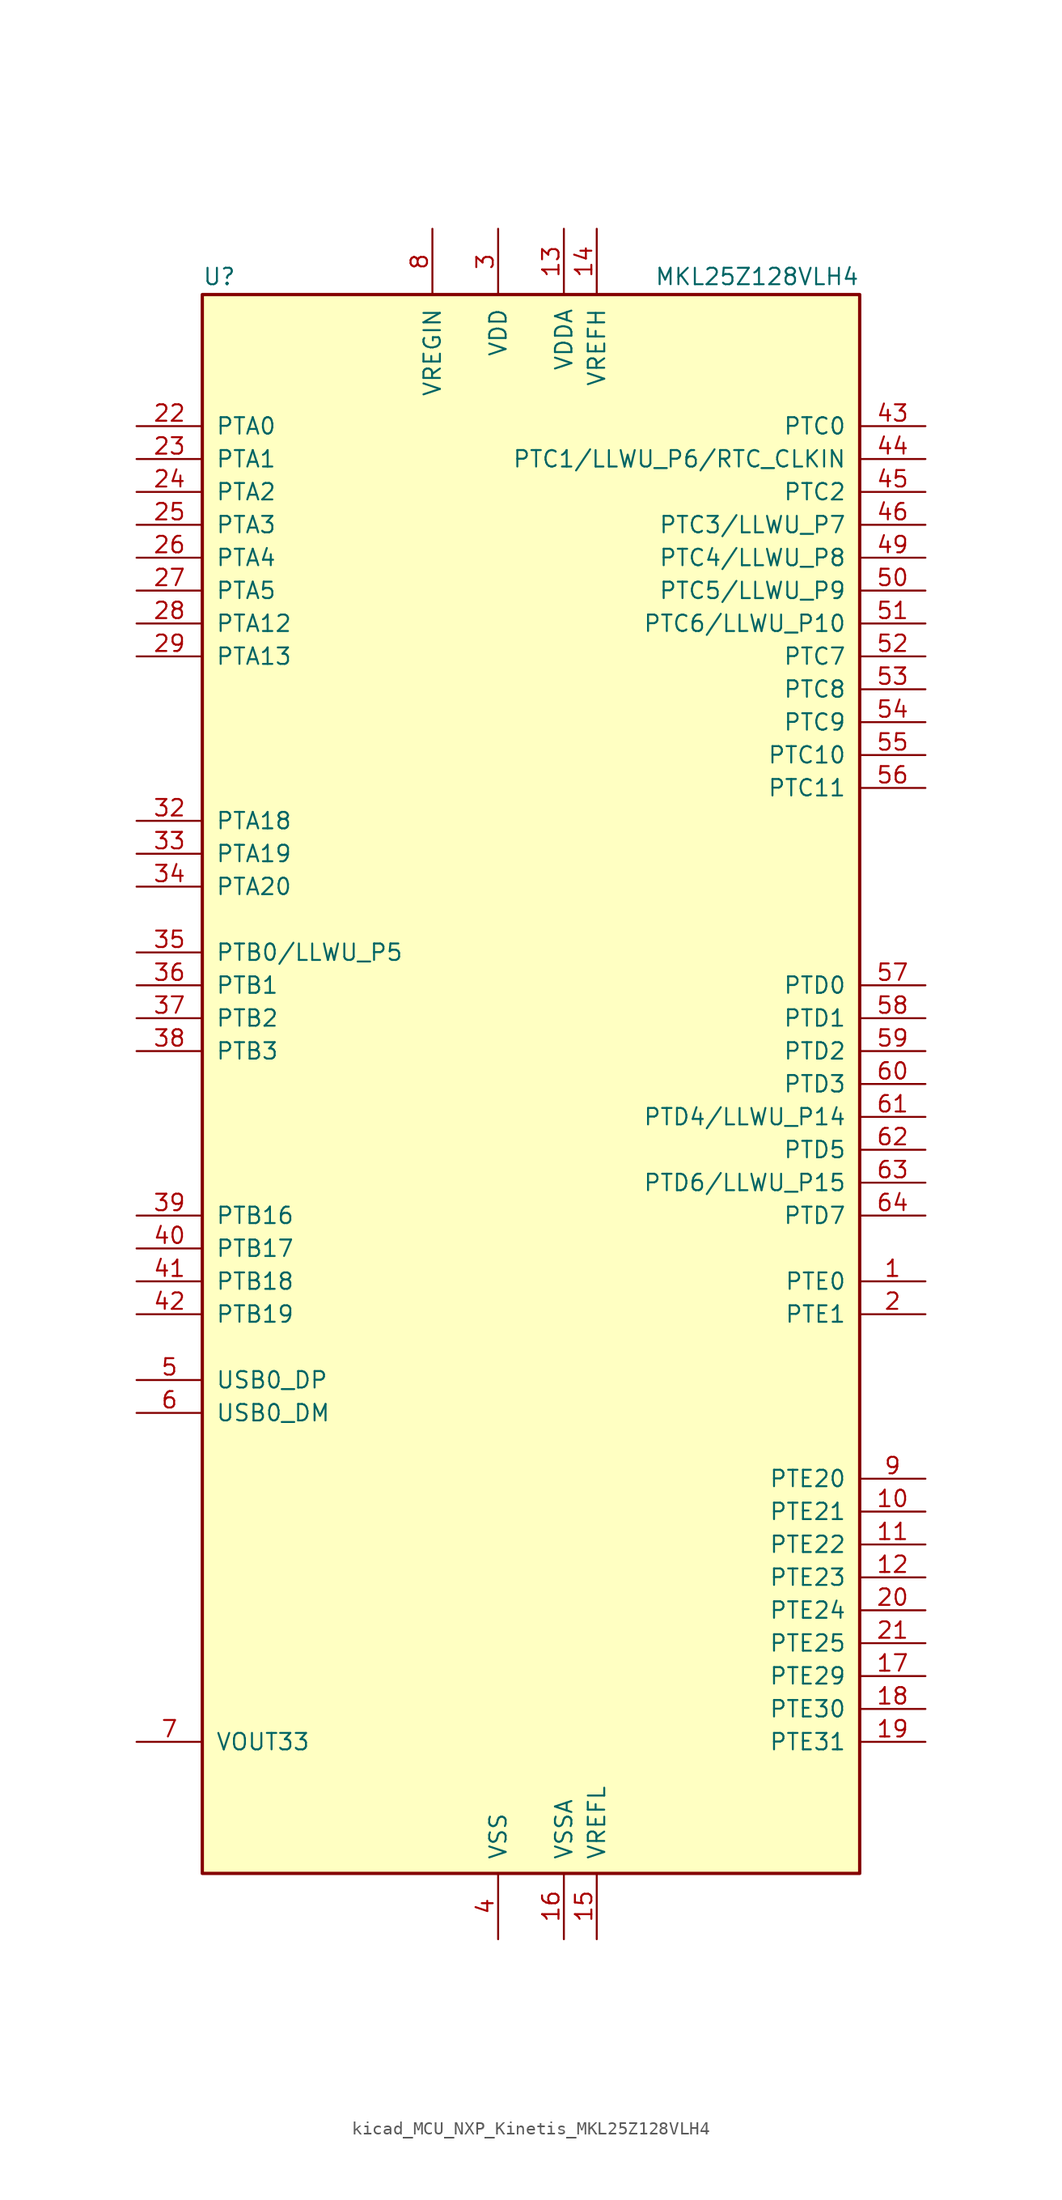
<source format=kicad_sym>
(kicad_symbol_lib
  (version 20220914)
  (generator kicad_symbol_editor)
  (symbol "kicad_MCU_NXP_Kinetis_MKL25Z128VLH4"
    (pin_names
      (offset 1.016))
    (property "Reference" "U"
      (at -25.4 61.595 0)
      (effects (font (size 1.27 1.27)) (justify left bottom)))
    (property "Value" "MKL25Z128VLH4"
      (at 25.4 61.595 0)
      (effects (font (size 1.27 1.27)) (justify right bottom)))
    (symbol "kicad_MCU_NXP_Kinetis_MKL25Z128VLH4_0_1"
      (rectangle (start -25.4 60.96) (end 25.4 -60.96) (stroke (width 0.254) (type default)) (fill (type background))))
    (symbol "kicad_MCU_NXP_Kinetis_MKL25Z128VLH4_1_1"
      (pin bidirectional line (at 30.48 -15.24 180) (length 5.08) (name "PTE0" (effects (font (size 1.27 1.27)))) (number "1" (effects (font (size 1.27 1.27)))))
      (pin bidirectional line (at 30.48 -33.02 180) (length 5.08) (name "PTE21" (effects (font (size 1.27 1.27)))) (number "10" (effects (font (size 1.27 1.27)))))
      (pin bidirectional line (at 30.48 -35.56 180) (length 5.08) (name "PTE22" (effects (font (size 1.27 1.27)))) (number "11" (effects (font (size 1.27 1.27)))))
      (pin bidirectional line (at 30.48 -38.1 180) (length 5.08) (name "PTE23" (effects (font (size 1.27 1.27)))) (number "12" (effects (font (size 1.27 1.27)))))
      (pin power_in line (at 2.54 66.04 270) (length 5.08) (name "VDDA" (effects (font (size 1.27 1.27)))) (number "13" (effects (font (size 1.27 1.27)))))
      (pin power_in line (at 5.08 66.04 270) (length 5.08) (name "VREFH" (effects (font (size 1.27 1.27)))) (number "14" (effects (font (size 1.27 1.27)))))
      (pin power_in line (at 5.08 -66.04 90) (length 5.08) (name "VREFL" (effects (font (size 1.27 1.27)))) (number "15" (effects (font (size 1.27 1.27)))))
      (pin power_in line (at 2.54 -66.04 90) (length 5.08) (name "VSSA" (effects (font (size 1.27 1.27)))) (number "16" (effects (font (size 1.27 1.27)))))
      (pin bidirectional line (at 30.48 -45.72 180) (length 5.08) (name "PTE29" (effects (font (size 1.27 1.27)))) (number "17" (effects (font (size 1.27 1.27)))))
      (pin bidirectional line (at 30.48 -48.26 180) (length 5.08) (name "PTE30" (effects (font (size 1.27 1.27)))) (number "18" (effects (font (size 1.27 1.27)))))
      (pin bidirectional line (at 30.48 -50.8 180) (length 5.08) (name "PTE31" (effects (font (size 1.27 1.27)))) (number "19" (effects (font (size 1.27 1.27)))))
      (pin bidirectional line (at 30.48 -17.78 180) (length 5.08) (name "PTE1" (effects (font (size 1.27 1.27)))) (number "2" (effects (font (size 1.27 1.27)))))
      (pin bidirectional line (at 30.48 -40.64 180) (length 5.08) (name "PTE24" (effects (font (size 1.27 1.27)))) (number "20" (effects (font (size 1.27 1.27)))))
      (pin bidirectional line (at 30.48 -43.18 180) (length 5.08) (name "PTE25" (effects (font (size 1.27 1.27)))) (number "21" (effects (font (size 1.27 1.27)))))
      (pin bidirectional line (at -30.48 50.8 0) (length 5.08) (name "PTA0" (effects (font (size 1.27 1.27)))) (number "22" (effects (font (size 1.27 1.27)))))
      (pin bidirectional line (at -30.48 48.26 0) (length 5.08) (name "PTA1" (effects (font (size 1.27 1.27)))) (number "23" (effects (font (size 1.27 1.27)))))
      (pin bidirectional line (at -30.48 45.72 0) (length 5.08) (name "PTA2" (effects (font (size 1.27 1.27)))) (number "24" (effects (font (size 1.27 1.27)))))
      (pin bidirectional line (at -30.48 43.18 0) (length 5.08) (name "PTA3" (effects (font (size 1.27 1.27)))) (number "25" (effects (font (size 1.27 1.27)))))
      (pin bidirectional line (at -30.48 40.64 0) (length 5.08) (name "PTA4" (effects (font (size 1.27 1.27)))) (number "26" (effects (font (size 1.27 1.27)))))
      (pin bidirectional line (at -30.48 38.1 0) (length 5.08) (name "PTA5" (effects (font (size 1.27 1.27)))) (number "27" (effects (font (size 1.27 1.27)))))
      (pin bidirectional line (at -30.48 35.56 0) (length 5.08) (name "PTA12" (effects (font (size 1.27 1.27)))) (number "28" (effects (font (size 1.27 1.27)))))
      (pin bidirectional line (at -30.48 33.02 0) (length 5.08) (name "PTA13" (effects (font (size 1.27 1.27)))) (number "29" (effects (font (size 1.27 1.27)))))
      (pin power_in line (at -2.54 66.04 270) (length 5.08) (name "VDD" (effects (font (size 1.27 1.27)))) (number "3" (effects (font (size 1.27 1.27)))))
      (pin passive line (at -2.54 66.04 270) (length 5.08) hide (name "VDD" (effects (font (size 1.27 1.27)))) (number "30" (effects (font (size 1.27 1.27)))))
      (pin passive line (at -2.54 -66.04 90) (length 5.08) hide (name "VSS" (effects (font (size 1.27 1.27)))) (number "31" (effects (font (size 1.27 1.27)))))
      (pin bidirectional line (at -30.48 20.32 0) (length 5.08) (name "PTA18" (effects (font (size 1.27 1.27)))) (number "32" (effects (font (size 1.27 1.27)))))
      (pin bidirectional line (at -30.48 17.78 0) (length 5.08) (name "PTA19" (effects (font (size 1.27 1.27)))) (number "33" (effects (font (size 1.27 1.27)))))
      (pin bidirectional line (at -30.48 15.24 0) (length 5.08) (name "PTA20" (effects (font (size 1.27 1.27)))) (number "34" (effects (font (size 1.27 1.27)))))
      (pin bidirectional line (at -30.48 10.16 0) (length 5.08) (name "PTB0/LLWU_P5" (effects (font (size 1.27 1.27)))) (number "35" (effects (font (size 1.27 1.27)))))
      (pin bidirectional line (at -30.48 7.62 0) (length 5.08) (name "PTB1" (effects (font (size 1.27 1.27)))) (number "36" (effects (font (size 1.27 1.27)))))
      (pin bidirectional line (at -30.48 5.08 0) (length 5.08) (name "PTB2" (effects (font (size 1.27 1.27)))) (number "37" (effects (font (size 1.27 1.27)))))
      (pin bidirectional line (at -30.48 2.54 0) (length 5.08) (name "PTB3" (effects (font (size 1.27 1.27)))) (number "38" (effects (font (size 1.27 1.27)))))
      (pin bidirectional line (at -30.48 -10.16 0) (length 5.08) (name "PTB16" (effects (font (size 1.27 1.27)))) (number "39" (effects (font (size 1.27 1.27)))))
      (pin power_in line (at -2.54 -66.04 90) (length 5.08) (name "VSS" (effects (font (size 1.27 1.27)))) (number "4" (effects (font (size 1.27 1.27)))))
      (pin bidirectional line (at -30.48 -12.7 0) (length 5.08) (name "PTB17" (effects (font (size 1.27 1.27)))) (number "40" (effects (font (size 1.27 1.27)))))
      (pin bidirectional line (at -30.48 -15.24 0) (length 5.08) (name "PTB18" (effects (font (size 1.27 1.27)))) (number "41" (effects (font (size 1.27 1.27)))))
      (pin bidirectional line (at -30.48 -17.78 0) (length 5.08) (name "PTB19" (effects (font (size 1.27 1.27)))) (number "42" (effects (font (size 1.27 1.27)))))
      (pin bidirectional line (at 30.48 50.8 180) (length 5.08) (name "PTC0" (effects (font (size 1.27 1.27)))) (number "43" (effects (font (size 1.27 1.27)))))
      (pin bidirectional line (at 30.48 48.26 180) (length 5.08) (name "PTC1/LLWU_P6/RTC_CLKIN" (effects (font (size 1.27 1.27)))) (number "44" (effects (font (size 1.27 1.27)))))
      (pin bidirectional line (at 30.48 45.72 180) (length 5.08) (name "PTC2" (effects (font (size 1.27 1.27)))) (number "45" (effects (font (size 1.27 1.27)))))
      (pin bidirectional line (at 30.48 43.18 180) (length 5.08) (name "PTC3/LLWU_P7" (effects (font (size 1.27 1.27)))) (number "46" (effects (font (size 1.27 1.27)))))
      (pin passive line (at -2.54 -66.04 90) (length 5.08) hide (name "VSS" (effects (font (size 1.27 1.27)))) (number "47" (effects (font (size 1.27 1.27)))))
      (pin passive line (at -2.54 66.04 270) (length 5.08) hide (name "VDD" (effects (font (size 1.27 1.27)))) (number "48" (effects (font (size 1.27 1.27)))))
      (pin bidirectional line (at 30.48 40.64 180) (length 5.08) (name "PTC4/LLWU_P8" (effects (font (size 1.27 1.27)))) (number "49" (effects (font (size 1.27 1.27)))))
      (pin bidirectional line (at -30.48 -22.86 0) (length 5.08) (name "USB0_DP" (effects (font (size 1.27 1.27)))) (number "5" (effects (font (size 1.27 1.27)))))
      (pin bidirectional line (at 30.48 38.1 180) (length 5.08) (name "PTC5/LLWU_P9" (effects (font (size 1.27 1.27)))) (number "50" (effects (font (size 1.27 1.27)))))
      (pin bidirectional line (at 30.48 35.56 180) (length 5.08) (name "PTC6/LLWU_P10" (effects (font (size 1.27 1.27)))) (number "51" (effects (font (size 1.27 1.27)))))
      (pin bidirectional line (at 30.48 33.02 180) (length 5.08) (name "PTC7" (effects (font (size 1.27 1.27)))) (number "52" (effects (font (size 1.27 1.27)))))
      (pin bidirectional line (at 30.48 30.48 180) (length 5.08) (name "PTC8" (effects (font (size 1.27 1.27)))) (number "53" (effects (font (size 1.27 1.27)))))
      (pin bidirectional line (at 30.48 27.94 180) (length 5.08) (name "PTC9" (effects (font (size 1.27 1.27)))) (number "54" (effects (font (size 1.27 1.27)))))
      (pin bidirectional line (at 30.48 25.4 180) (length 5.08) (name "PTC10" (effects (font (size 1.27 1.27)))) (number "55" (effects (font (size 1.27 1.27)))))
      (pin bidirectional line (at 30.48 22.86 180) (length 5.08) (name "PTC11" (effects (font (size 1.27 1.27)))) (number "56" (effects (font (size 1.27 1.27)))))
      (pin bidirectional line (at 30.48 7.62 180) (length 5.08) (name "PTD0" (effects (font (size 1.27 1.27)))) (number "57" (effects (font (size 1.27 1.27)))))
      (pin bidirectional line (at 30.48 5.08 180) (length 5.08) (name "PTD1" (effects (font (size 1.27 1.27)))) (number "58" (effects (font (size 1.27 1.27)))))
      (pin bidirectional line (at 30.48 2.54 180) (length 5.08) (name "PTD2" (effects (font (size 1.27 1.27)))) (number "59" (effects (font (size 1.27 1.27)))))
      (pin bidirectional line (at -30.48 -25.4 0) (length 5.08) (name "USB0_DM" (effects (font (size 1.27 1.27)))) (number "6" (effects (font (size 1.27 1.27)))))
      (pin bidirectional line (at 30.48 0 180) (length 5.08) (name "PTD3" (effects (font (size 1.27 1.27)))) (number "60" (effects (font (size 1.27 1.27)))))
      (pin bidirectional line (at 30.48 -2.54 180) (length 5.08) (name "PTD4/LLWU_P14" (effects (font (size 1.27 1.27)))) (number "61" (effects (font (size 1.27 1.27)))))
      (pin bidirectional line (at 30.48 -5.08 180) (length 5.08) (name "PTD5" (effects (font (size 1.27 1.27)))) (number "62" (effects (font (size 1.27 1.27)))))
      (pin bidirectional line (at 30.48 -7.62 180) (length 5.08) (name "PTD6/LLWU_P15" (effects (font (size 1.27 1.27)))) (number "63" (effects (font (size 1.27 1.27)))))
      (pin bidirectional line (at 30.48 -10.16 180) (length 5.08) (name "PTD7" (effects (font (size 1.27 1.27)))) (number "64" (effects (font (size 1.27 1.27)))))
      (pin power_out line (at -30.48 -50.8 0) (length 5.08) (name "VOUT33" (effects (font (size 1.27 1.27)))) (number "7" (effects (font (size 1.27 1.27)))))
      (pin power_in line (at -7.62 66.04 270) (length 5.08) (name "VREGIN" (effects (font (size 1.27 1.27)))) (number "8" (effects (font (size 1.27 1.27)))))
      (pin bidirectional line (at 30.48 -30.48 180) (length 5.08) (name "PTE20" (effects (font (size 1.27 1.27)))) (number "9" (effects (font (size 1.27 1.27))))))))
</source>
